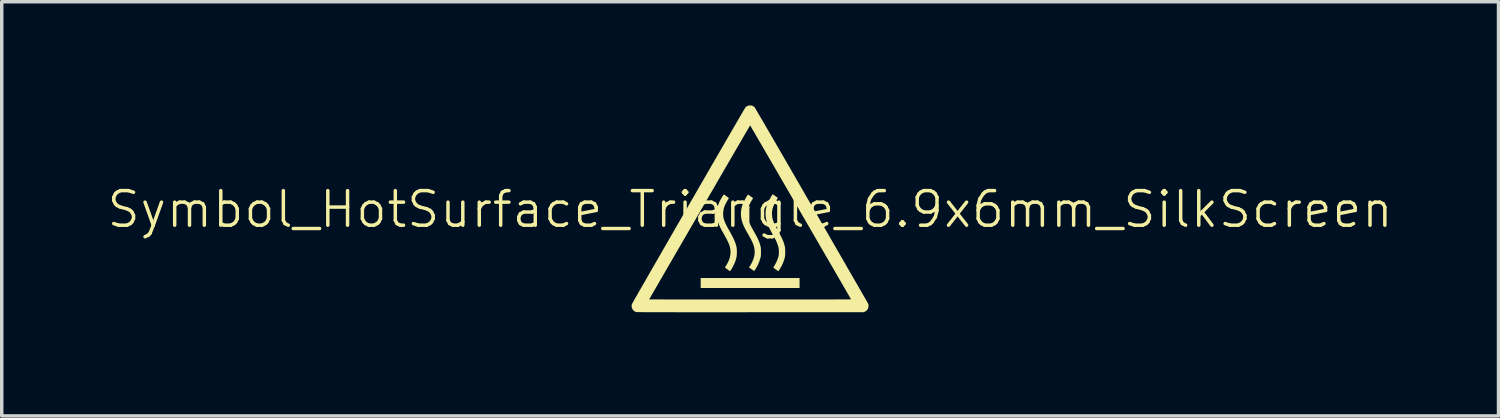
<source format=kicad_pcb>
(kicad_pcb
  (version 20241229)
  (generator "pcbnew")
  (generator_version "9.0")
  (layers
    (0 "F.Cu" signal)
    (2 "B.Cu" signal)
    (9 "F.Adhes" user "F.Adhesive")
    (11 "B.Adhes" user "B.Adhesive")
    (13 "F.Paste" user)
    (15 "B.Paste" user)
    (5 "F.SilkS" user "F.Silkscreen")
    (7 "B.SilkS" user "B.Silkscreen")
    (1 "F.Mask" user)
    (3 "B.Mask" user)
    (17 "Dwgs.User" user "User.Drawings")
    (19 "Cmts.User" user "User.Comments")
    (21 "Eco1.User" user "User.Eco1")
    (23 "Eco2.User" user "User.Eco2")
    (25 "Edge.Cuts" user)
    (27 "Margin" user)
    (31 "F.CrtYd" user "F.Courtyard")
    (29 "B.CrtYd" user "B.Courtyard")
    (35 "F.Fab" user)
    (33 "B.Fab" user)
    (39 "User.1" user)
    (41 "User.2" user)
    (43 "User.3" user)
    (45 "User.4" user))
  (footprint "Symbol_HotSurface_Triangle_6.9x6mm_SilkScreen"
    (layer "F.Cu")
    (at 18.645 3.506)
    (property "Reference" "Symbol_HotSurface_Triangle_6.9x6mm_SilkScreen" (at 0 -0.5 0) (unlocked yes) (layer "F.SilkS") (effects (font (size 1 1) (thickness 0.1))))
    (fp_poly (pts (xy 1.43 1.63) (xy 1.43 1.774) (xy 0 1.774) (xy -1.43 1.774) (xy -1.43 1.63) (xy -1.43 1.485) (xy 0 1.485) (xy 1.43 1.485)) (stroke (width 0) (type solid)) (fill yes) (layer "F.SilkS"))
    (fp_poly (pts (xy -0.753 -0.928) (xy -0.741 -0.92) (xy -0.723 -0.908) (xy -0.703 -0.893) (xy -0.681 -0.878) (xy -0.66 -0.862) (xy -0.641 -0.847) (xy -0.626 -0.835) (xy -0.617 -0.827) (xy -0.615 -0.824) (xy -0.618 -0.818) (xy -0.626 -0.805) (xy -0.637 -0.787) (xy -0.645 -0.775) (xy -0.689 -0.701) (xy -0.724 -0.63) (xy -0.751 -0.562) (xy -0.769 -0.494) (xy -0.778 -0.425) (xy -0.78 -0.401) (xy -0.781 -0.359) (xy -0.779 -0.317) (xy -0.773 -0.275) (xy -0.764 -0.233) (xy -0.75 -0.188) (xy -0.732 -0.139) (xy -0.709 -0.087) (xy -0.681 -0.029) (xy -0.648 0.035) (xy -0.608 0.106) (xy -0.592 0.134) (xy -0.549 0.211) (xy -0.513 0.28) (xy -0.481 0.343) (xy -0.455 0.4) (xy -0.434 0.453) (xy -0.416 0.504) (xy -0.402 0.552) (xy -0.393 0.594) (xy -0.388 0.627) (xy -0.385 0.668) (xy -0.383 0.714) (xy -0.383 0.761) (xy -0.385 0.806) (xy -0.388 0.846) (xy -0.393 0.876) (xy -0.409 0.942) (xy -0.432 1.011) (xy -0.46 1.08) (xy -0.471 1.102) (xy -0.487 1.133) (xy -0.504 1.167) (xy -0.523 1.2) (xy -0.541 1.23) (xy -0.557 1.255) (xy -0.57 1.274) (xy -0.572 1.276) (xy -0.581 1.287) (xy -0.655 1.236) (xy -0.679 1.219) (xy -0.7 1.204) (xy -0.716 1.192) (xy -0.726 1.185) (xy -0.729 1.183) (xy -0.726 1.178) (xy -0.719 1.165) (xy -0.708 1.148) (xy -0.696 1.128) (xy -0.651 1.052) (xy -0.617 0.978) (xy -0.591 0.906) (xy -0.575 0.834) (xy -0.568 0.763) (xy -0.567 0.735) (xy -0.568 0.694) (xy -0.572 0.655) (xy -0.578 0.616) (xy -0.588 0.575) (xy -0.601 0.534) (xy -0.618 0.489) (xy -0.64 0.44) (xy -0.666 0.386) (xy -0.697 0.327) (xy -0.734 0.26) (xy -0.758 0.218) (xy -0.797 0.149) (xy -0.83 0.087) (xy -0.859 0.031) (xy -0.883 -0.019) (xy -0.903 -0.065) (xy -0.919 -0.109) (xy -0.933 -0.151) (xy -0.944 -0.192) (xy -0.946 -0.199) (xy -0.961 -0.287) (xy -0.967 -0.376) (xy -0.961 -0.464) (xy -0.945 -0.553) (xy -0.919 -0.642) (xy -0.881 -0.731) (xy -0.871 -0.751) (xy -0.858 -0.775) (xy -0.843 -0.802) (xy -0.827 -0.83) (xy -0.811 -0.858) (xy -0.795 -0.883) (xy -0.781 -0.904) (xy -0.77 -0.92) (xy -0.762 -0.93) (xy -0.759 -0.931)) (stroke (width 0) (type solid)) (fill yes) (layer "F.SilkS"))
    (fp_poly (pts (xy 0.011 -0.88) (xy 0.035 -0.863) (xy 0.056 -0.847) (xy 0.072 -0.835) (xy 0.082 -0.827) (xy 0.085 -0.824) (xy 0.082 -0.818) (xy 0.076 -0.806) (xy 0.065 -0.788) (xy 0.053 -0.77) (xy 0.037 -0.743) (xy 0.018 -0.711) (xy 0.001 -0.679) (xy -0.008 -0.661) (xy -0.036 -0.598) (xy -0.057 -0.541) (xy -0.071 -0.485) (xy -0.078 -0.429) (xy -0.08 -0.375) (xy -0.079 -0.335) (xy -0.076 -0.297) (xy -0.07 -0.26) (xy -0.062 -0.222) (xy -0.049 -0.182) (xy -0.033 -0.139) (xy -0.013 -0.093) (xy 0.011 -0.042) (xy 0.041 0.015) (xy 0.076 0.078) (xy 0.112 0.143) (xy 0.152 0.212) (xy 0.185 0.274) (xy 0.213 0.33) (xy 0.237 0.381) (xy 0.257 0.428) (xy 0.274 0.473) (xy 0.288 0.516) (xy 0.299 0.56) (xy 0.299 0.561) (xy 0.304 0.582) (xy 0.308 0.6) (xy 0.31 0.618) (xy 0.312 0.638) (xy 0.313 0.662) (xy 0.313 0.693) (xy 0.313 0.732) (xy 0.313 0.732) (xy 0.313 0.771) (xy 0.313 0.801) (xy 0.312 0.824) (xy 0.31 0.844) (xy 0.308 0.861) (xy 0.305 0.878) (xy 0.3 0.897) (xy 0.299 0.902) (xy 0.269 0.999) (xy 0.23 1.092) (xy 0.214 1.125) (xy 0.201 1.148) (xy 0.187 1.174) (xy 0.171 1.201) (xy 0.156 1.226) (xy 0.142 1.248) (xy 0.13 1.266) (xy 0.122 1.278) (xy 0.118 1.281) (xy 0.113 1.278) (xy 0.101 1.27) (xy 0.082 1.258) (xy 0.06 1.243) (xy 0.041 1.23) (xy -0.032 1.178) (xy -0.023 1.164) (xy 0.027 1.083) (xy 0.067 1.005) (xy 0.097 0.929) (xy 0.118 0.856) (xy 0.13 0.784) (xy 0.132 0.712) (xy 0.125 0.641) (xy 0.116 0.593) (xy 0.107 0.56) (xy 0.097 0.528) (xy 0.085 0.495) (xy 0.07 0.46) (xy 0.051 0.421) (xy 0.03 0.377) (xy 0.004 0.328) (xy -0.027 0.272) (xy -0.063 0.208) (xy -0.064 0.207) (xy -0.101 0.141) (xy -0.133 0.083) (xy -0.16 0.031) (xy -0.182 -0.016) (xy -0.201 -0.059) (xy -0.217 -0.099) (xy -0.23 -0.138) (xy -0.241 -0.177) (xy -0.243 -0.187) (xy -0.26 -0.273) (xy -0.267 -0.358) (xy -0.264 -0.441) (xy -0.252 -0.524) (xy -0.23 -0.608) (xy -0.197 -0.693) (xy -0.18 -0.73) (xy -0.159 -0.771) (xy -0.136 -0.814) (xy -0.112 -0.855) (xy -0.088 -0.892) (xy -0.077 -0.908) (xy -0.06 -0.931)) (stroke (width 0) (type solid)) (fill yes) (layer "F.SilkS"))
    (fp_poly (pts (xy 0.66 -0.934) (xy 0.672 -0.926) (xy 0.689 -0.914) (xy 0.71 -0.9) (xy 0.732 -0.885) (xy 0.753 -0.869) (xy 0.773 -0.856) (xy 0.788 -0.844) (xy 0.798 -0.837) (xy 0.8 -0.835) (xy 0.798 -0.83) (xy 0.792 -0.817) (xy 0.782 -0.799) (xy 0.769 -0.778) (xy 0.769 -0.778) (xy 0.732 -0.717) (xy 0.699 -0.653) (xy 0.672 -0.589) (xy 0.651 -0.527) (xy 0.638 -0.468) (xy 0.638 -0.465) (xy 0.633 -0.421) (xy 0.632 -0.371) (xy 0.635 -0.321) (xy 0.641 -0.274) (xy 0.643 -0.261) (xy 0.651 -0.226) (xy 0.661 -0.191) (xy 0.673 -0.155) (xy 0.687 -0.117) (xy 0.706 -0.076) (xy 0.727 -0.031) (xy 0.754 0.021) (xy 0.785 0.079) (xy 0.814 0.132) (xy 0.853 0.202) (xy 0.886 0.265) (xy 0.913 0.321) (xy 0.937 0.372) (xy 0.957 0.419) (xy 0.973 0.464) (xy 0.987 0.508) (xy 0.999 0.552) (xy 1.003 0.57) (xy 1.007 0.591) (xy 1.011 0.611) (xy 1.013 0.631) (xy 1.014 0.654) (xy 1.015 0.683) (xy 1.015 0.719) (xy 1.015 0.732) (xy 1.015 0.771) (xy 1.014 0.8) (xy 1.013 0.824) (xy 1.011 0.844) (xy 1.009 0.863) (xy 1.005 0.883) (xy 1.001 0.898) (xy 0.975 0.987) (xy 0.94 1.076) (xy 0.916 1.126) (xy 0.902 1.152) (xy 0.886 1.18) (xy 0.87 1.207) (xy 0.855 1.233) (xy 0.84 1.255) (xy 0.828 1.273) (xy 0.82 1.283) (xy 0.816 1.286) (xy 0.81 1.283) (xy 0.798 1.275) (xy 0.779 1.263) (xy 0.757 1.247) (xy 0.746 1.239) (xy 0.722 1.222) (xy 0.702 1.207) (xy 0.686 1.196) (xy 0.676 1.188) (xy 0.674 1.187) (xy 0.675 1.179) (xy 0.681 1.164) (xy 0.695 1.14) (xy 0.699 1.134) (xy 0.742 1.059) (xy 0.778 0.983) (xy 0.806 0.907) (xy 0.823 0.847) (xy 0.828 0.814) (xy 0.831 0.775) (xy 0.832 0.732) (xy 0.832 0.689) (xy 0.828 0.648) (xy 0.823 0.615) (xy 0.823 0.613) (xy 0.81 0.563) (xy 0.792 0.508) (xy 0.77 0.451) (xy 0.745 0.395) (xy 0.719 0.343) (xy 0.718 0.342) (xy 0.711 0.329) (xy 0.7 0.309) (xy 0.685 0.282) (xy 0.669 0.252) (xy 0.651 0.22) (xy 0.645 0.21) (xy 0.602 0.129) (xy 0.564 0.056) (xy 0.533 -0.011) (xy 0.507 -0.072) (xy 0.486 -0.129) (xy 0.47 -0.182) (xy 0.459 -0.232) (xy 0.457 -0.24) (xy 0.452 -0.282) (xy 0.448 -0.33) (xy 0.447 -0.381) (xy 0.449 -0.432) (xy 0.453 -0.479) (xy 0.459 -0.519) (xy 0.46 -0.521) (xy 0.478 -0.594) (xy 0.502 -0.664) (xy 0.533 -0.735) (xy 0.538 -0.746) (xy 0.551 -0.771) (xy 0.566 -0.798) (xy 0.582 -0.827) (xy 0.599 -0.855) (xy 0.615 -0.881) (xy 0.629 -0.904) (xy 0.642 -0.922) (xy 0.651 -0.933) (xy 0.655 -0.937)) (stroke (width 0) (type solid)) (fill yes) (layer "F.SilkS"))
    (fp_poly (pts (xy 0.025 -3.505) (xy 0.044 -3.502) (xy 0.061 -3.498) (xy 0.076 -3.491) (xy 0.098 -3.479) (xy 0.119 -3.463) (xy 0.129 -3.454) (xy 0.133 -3.447) (xy 0.142 -3.433) (xy 0.156 -3.41) (xy 0.175 -3.378) (xy 0.199 -3.337) (xy 0.228 -3.288) (xy 0.262 -3.23) (xy 0.301 -3.164) (xy 0.345 -3.088) (xy 0.394 -3.004) (xy 0.448 -2.911) (xy 0.507 -2.809) (xy 0.572 -2.699) (xy 0.641 -2.579) (xy 0.716 -2.45) (xy 0.795 -2.313) (xy 0.88 -2.166) (xy 0.97 -2.011) (xy 1.065 -1.846) (xy 1.166 -1.672) (xy 1.272 -1.489) (xy 1.383 -1.297) (xy 1.499 -1.096) (xy 1.62 -0.885) (xy 1.747 -0.666) (xy 1.772 -0.623) (xy 1.865 -0.462) (xy 1.957 -0.303) (xy 2.047 -0.146) (xy 2.136 0.008) (xy 2.223 0.158) (xy 2.308 0.306) (xy 2.391 0.45) (xy 2.472 0.591) (xy 2.551 0.727) (xy 2.627 0.859) (xy 2.701 0.987) (xy 2.772 1.11) (xy 2.839 1.228) (xy 2.904 1.34) (xy 2.966 1.447) (xy 3.024 1.548) (xy 3.079 1.643) (xy 3.13 1.732) (xy 3.177 1.814) (xy 3.221 1.89) (xy 3.26 1.958) (xy 3.295 2.019) (xy 3.326 2.072) (xy 3.352 2.118) (xy 3.373 2.155) (xy 3.39 2.184) (xy 3.401 2.205) (xy 3.408 2.216) (xy 3.409 2.219) (xy 3.418 2.239) (xy 3.423 2.257) (xy 3.425 2.277) (xy 3.425 2.294) (xy 3.42 2.339) (xy 3.405 2.378) (xy 3.382 2.412) (xy 3.349 2.441) (xy 3.323 2.456) (xy 3.287 2.473) (xy 0.005 2.474) (xy -0.223 2.475) (xy -0.441 2.475) (xy -0.649 2.475) (xy -0.847 2.475) (xy -1.036 2.475) (xy -1.214 2.475) (xy -1.383 2.475) (xy -1.544 2.475) (xy -1.695 2.475) (xy -1.838 2.475) (xy -1.972 2.475) (xy -2.099 2.475) (xy -2.217 2.474) (xy -2.328 2.474) (xy -2.431 2.474) (xy -2.527 2.474) (xy -2.616 2.474) (xy -2.699 2.474) (xy -2.775 2.474) (xy -2.845 2.474) (xy -2.908 2.473) (xy -2.966 2.473) (xy -3.018 2.473) (xy -3.065 2.473) (xy -3.107 2.472) (xy -3.144 2.472) (xy -3.177 2.472) (xy -3.205 2.471) (xy -3.229 2.471) (xy -3.249 2.471) (xy -3.265 2.47) (xy -3.278 2.47) (xy -3.288 2.469) (xy -3.295 2.469) (xy -3.299 2.468) (xy -3.3 2.468) (xy -3.338 2.451) (xy -3.371 2.426) (xy -3.397 2.394) (xy -3.415 2.358) (xy -3.426 2.319) (xy -3.428 2.278) (xy -3.421 2.243) (xy -3.418 2.237) (xy -3.409 2.221) (xy -3.396 2.198) (xy -3.378 2.165) (xy -3.355 2.125) (xy -3.342 2.101) (xy -2.919 2.101) (xy -2.914 2.102) (xy -2.898 2.102) (xy -2.872 2.103) (xy -2.835 2.103) (xy -2.789 2.103) (xy -2.733 2.103) (xy -2.667 2.104) (xy -2.591 2.104) (xy -2.506 2.104) (xy -2.411 2.105) (xy -2.308 2.105) (xy -2.195 2.105) (xy -2.074 2.105) (xy -1.944 2.105) (xy -1.806 2.106) (xy -1.66 2.106) (xy -1.505 2.106) (xy -1.342 2.106) (xy -1.172 2.106) (xy -0.993 2.106) (xy -0.808 2.106) (xy -0.615 2.106) (xy -0.415 2.106) (xy -0.207 2.106) (xy 0 2.106) (xy 0.226 2.106) (xy 0.443 2.106) (xy 0.652 2.106) (xy 0.853 2.106) (xy 1.045 2.106) (xy 1.228 2.106) (xy 1.403 2.106) (xy 1.568 2.106) (xy 1.725 2.106) (xy 1.872 2.106) (xy 2.01 2.105) (xy 2.139 2.105) (xy 2.258 2.105) (xy 2.368 2.105) (xy 2.468 2.104) (xy 2.559 2.104) (xy 2.639 2.104) (xy 2.71 2.104) (xy 2.77 2.103) (xy 2.821 2.103) (xy 2.861 2.103) (xy 2.891 2.102) (xy 2.91 2.102) (xy 2.918 2.101) (xy 2.919 2.101) (xy 2.916 2.096) (xy 2.908 2.082) (xy 2.895 2.059) (xy 2.877 2.028) (xy 2.855 1.99) (xy 2.828 1.943) (xy 2.797 1.889) (xy 2.762 1.828) (xy 2.722 1.761) (xy 2.68 1.687) (xy 2.634 1.607) (xy 2.584 1.522) (xy 2.531 1.431) (xy 2.476 1.335) (xy 2.418 1.235) (xy 2.357 1.13) (xy 2.294 1.021) (xy 2.228 0.908) (xy 2.161 0.792) (xy 2.092 0.673) (xy 2.021 0.551) (xy 1.949 0.427) (xy 1.876 0.3) (xy 1.801 0.172) (xy 1.726 0.042) (xy 1.65 -0.089) (xy 1.574 -0.22) (xy 1.497 -0.352) (xy 1.421 -0.484) (xy 1.344 -0.616) (xy 1.268 -0.748) (xy 1.192 -0.879) (xy 1.117 -1.008) (xy 1.042 -1.137) (xy 0.969 -1.263) (xy 0.897 -1.387) (xy 0.826 -1.509) (xy 0.757 -1.628) (xy 0.69 -1.744) (xy 0.625 -1.856) (xy 0.561 -1.965) (xy 0.501 -2.069) (xy 0.442 -2.17) (xy 0.387 -2.265) (xy 0.334 -2.356) (xy 0.285 -2.441) (xy 0.239 -2.52) (xy 0.196 -2.594) (xy 0.157 -2.661) (xy 0.122 -2.721) (xy 0.091 -2.774) (xy 0.064 -2.82) (xy 0.042 -2.859) (xy 0.024 -2.889) (xy 0.011 -2.911) (xy 0.003 -2.925) (xy 0.000086 -2.93) (xy -0.003 -2.925) (xy -0.011 -2.911) (xy -0.024 -2.889) (xy -0.041 -2.859) (xy -0.064 -2.82) (xy -0.091 -2.774) (xy -0.122 -2.721) (xy -0.157 -2.661) (xy -0.196 -2.594) (xy -0.239 -2.52) (xy -0.285 -2.441) (xy -0.334 -2.356) (xy -0.387 -2.265) (xy -0.442 -2.17) (xy -0.5 -2.069) (xy -0.561 -1.965) (xy -0.624 -1.856) (xy -0.69 -1.744) (xy -0.757 -1.628) (xy -0.826 -1.509) (xy -0.897 -1.387) (xy -0.969 -1.263) (xy -1.042 -1.136) (xy -1.116 -1.008) (xy -1.192 -0.879) (xy -1.268 -0.748) (xy -1.344 -0.616) (xy -1.421 -0.484) (xy -1.497 -0.352) (xy -1.574 -0.22) (xy -1.65 -0.088) (xy -1.726 0.042) (xy -1.801 0.172) (xy -1.876 0.3) (xy -1.949 0.427) (xy -2.021 0.551) (xy -2.092 0.673) (xy -2.161 0.792) (xy -2.228 0.908) (xy -2.294 1.021) (xy -2.357 1.13) (xy -2.418 1.235) (xy -2.476 1.335) (xy -2.531 1.431) (xy -2.584 1.522) (xy -2.633 1.607) (xy -2.68 1.687) (xy -2.722 1.761) (xy -2.761 1.828) (xy -2.797 1.889) (xy -2.828 1.943) (xy -2.855 1.99) (xy -2.877 2.029) (xy -2.895 2.06) (xy -2.908 2.082) (xy -2.916 2.096) (xy -2.919 2.101) (xy -3.342 2.101) (xy -3.328 2.077) (xy -3.296 2.022) (xy -3.26 1.959) (xy -3.221 1.89) (xy -3.177 1.814) (xy -3.13 1.732) (xy -3.08 1.644) (xy -3.026 1.551) (xy -2.97 1.452) (xy -2.91 1.349) (xy -2.848 1.24) (xy -2.783 1.128) (xy -2.716 1.011) (xy -2.646 0.891) (xy -2.575 0.767) (xy -2.502 0.64) (xy -2.427 0.51) (xy -2.351 0.378) (xy -2.274 0.243) (xy -2.195 0.107) (xy -2.116 -0.031) (xy -2.035 -0.17) (xy -1.955 -0.31) (xy -1.873 -0.451) (xy -1.792 -0.592) (xy -1.711 -0.733) (xy -1.629 -0.873) (xy -1.548 -1.014) (xy -1.468 -1.153) (xy -1.388 -1.291) (xy -1.309 -1.427) (xy -1.232 -1.562) (xy -1.155 -1.695) (xy -1.08 -1.825) (xy -1.006 -1.952) (xy -0.934 -2.077) (xy -0.864 -2.197) (xy -0.796 -2.315) (xy -0.731 -2.428) (xy -0.668 -2.537) (xy -0.607 -2.641) (xy -0.549 -2.741) (xy -0.495 -2.835) (xy -0.443 -2.924) (xy -0.395 -3.007) (xy -0.351 -3.084) (xy -0.31 -3.154) (xy -0.273 -3.218) (xy -0.24 -3.274) (xy -0.211 -3.323) (xy -0.187 -3.365) (xy -0.167 -3.398) (xy -0.152 -3.423) (xy -0.142 -3.44) (xy -0.137 -3.447) (xy -0.137 -3.448) (xy -0.118 -3.465) (xy -0.093 -3.482) (xy -0.082 -3.488) (xy -0.062 -3.497) (xy -0.046 -3.502) (xy -0.029 -3.505) (xy -0.007 -3.505) (xy -0.000079 -3.506)) (stroke (width 0) (type solid)) (fill yes) (layer "F.SilkS")))
  (gr_rect
    (start -3 -3)
    (end 40.29 8.98)
    (stroke (width 0.1) (type default))
    (fill no)
    (layer "Edge.Cuts")))
</source>
